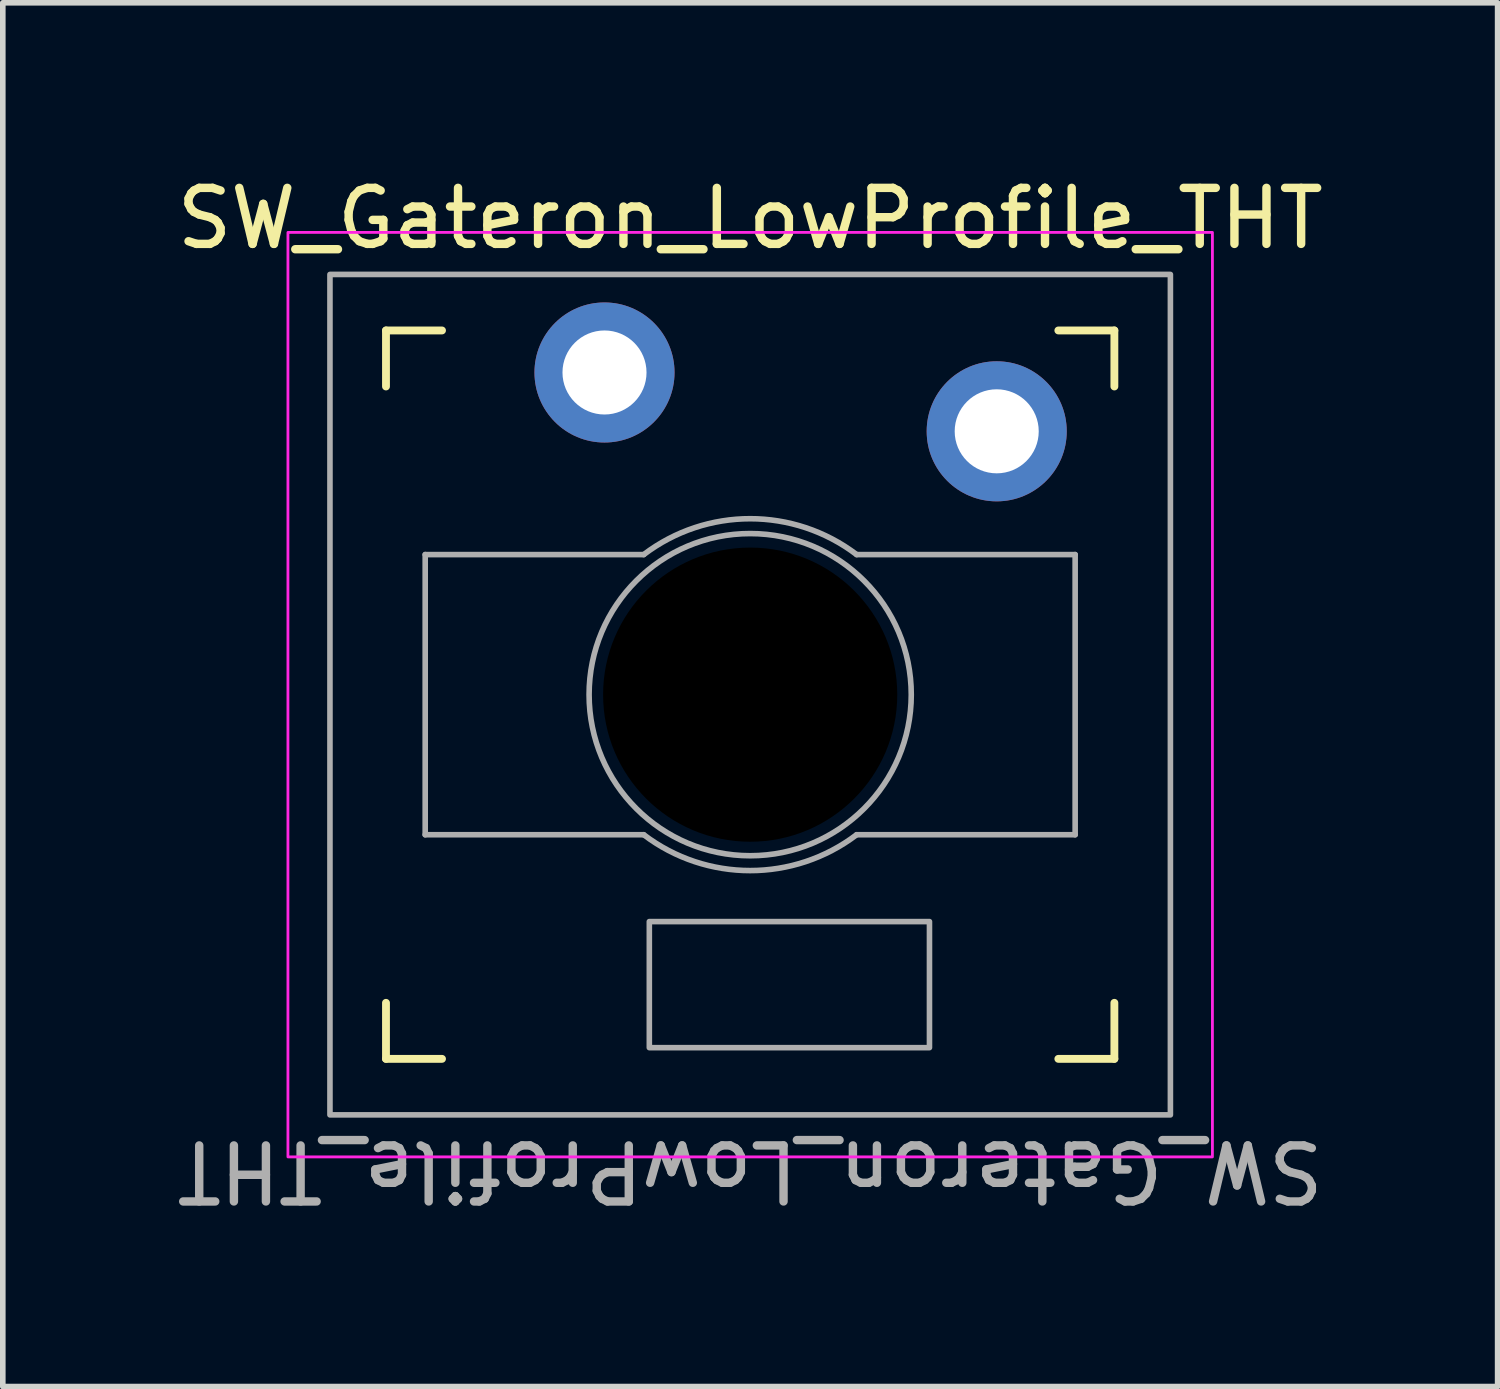
<source format=kicad_pcb>
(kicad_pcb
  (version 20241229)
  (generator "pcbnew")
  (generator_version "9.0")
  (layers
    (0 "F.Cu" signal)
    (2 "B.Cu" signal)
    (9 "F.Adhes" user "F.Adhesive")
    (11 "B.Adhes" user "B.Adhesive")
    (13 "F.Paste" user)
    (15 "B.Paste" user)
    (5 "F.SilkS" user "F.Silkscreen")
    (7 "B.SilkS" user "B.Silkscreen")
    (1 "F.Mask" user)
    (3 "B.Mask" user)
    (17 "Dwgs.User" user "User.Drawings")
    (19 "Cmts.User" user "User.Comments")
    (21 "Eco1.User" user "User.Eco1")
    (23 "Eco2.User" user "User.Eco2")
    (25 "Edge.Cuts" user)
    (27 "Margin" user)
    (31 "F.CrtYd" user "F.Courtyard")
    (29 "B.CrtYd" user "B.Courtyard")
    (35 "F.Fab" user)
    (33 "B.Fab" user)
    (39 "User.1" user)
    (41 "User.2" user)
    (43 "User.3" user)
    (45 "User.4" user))
  (footprint "SW_Gateron_LowProfile_THT"
    (layer "F.Cu")
    (at 10.339 9.348)
    (property "Reference" "SW_Gateron_LowProfile_THT" (at 0 -8.5 0) (unlocked yes) (layer "F.SilkS") (effects (font (size 1 1) (thickness 0.15))))
    (attr through_hole)
    (fp_line (start -6.5 -5.5) (end -6.5 -6.5) (stroke (width 0.14) (type solid)) (layer "F.SilkS"))
    (fp_line (start -6.5 6.5) (end -6.5 5.5) (stroke (width 0.14) (type solid)) (layer "F.SilkS"))
    (fp_line (start -6.5 6.5) (end -5.5 6.5) (stroke (width 0.14) (type solid)) (layer "F.SilkS"))
    (fp_line (start -5.5 -6.5) (end -6.5 -6.5) (stroke (width 0.14) (type solid)) (layer "F.SilkS"))
    (fp_line (start 5.5 6.5) (end 6.5 6.5) (stroke (width 0.14) (type solid)) (layer "F.SilkS"))
    (fp_line (start 6.5 -6.5) (end 5.5 -6.5) (stroke (width 0.14) (type solid)) (layer "F.SilkS"))
    (fp_line (start 6.5 -6.5) (end 6.5 -5.5) (stroke (width 0.14) (type solid)) (layer "F.SilkS"))
    (fp_line (start 6.5 5.5) (end 6.5 6.5) (stroke (width 0.14) (type solid)) (layer "F.SilkS"))
    (fp_rect (start -8.25 -8.25) (end 8.25 8.25) (stroke (width 0.05) (type solid)) (fill no) (layer "F.CrtYd"))
    (fp_line (start -5.8 -2.5) (end -1.9 -2.5) (stroke (width 0.1) (type default)) (layer "F.Fab"))
    (fp_line (start -5.8 2.5) (end -5.8 -2.5) (stroke (width 0.1) (type default)) (layer "F.Fab"))
    (fp_line (start -1.9 2.5) (end -5.8 2.5) (stroke (width 0.1) (type default)) (layer "F.Fab"))
    (fp_line (start 1.9 -2.5) (end 5.8 -2.5) (stroke (width 0.1) (type default)) (layer "F.Fab"))
    (fp_line (start 5.8 -2.5) (end 5.8 2.5) (stroke (width 0.1) (type default)) (layer "F.Fab"))
    (fp_line (start 5.8 2.5) (end 1.9 2.5) (stroke (width 0.1) (type default)) (layer "F.Fab"))
    (fp_rect (start -7.5 -7.5) (end 7.5 7.5) (stroke (width 0.1) (type solid)) (fill no) (layer "F.Fab"))
    (fp_rect (start -1.8 4.05) (end 3.2 6.3) (stroke (width 0.1) (type default)) (fill no) (layer "F.Fab"))
    (fp_arc (start -1.9 -2.499999) (mid 0 -3.140063) (end 1.9 -2.499999) (stroke (width 0.1) (type default)) (layer "F.Fab"))
    (fp_arc (start 1.9 2.499999) (mid 0 3.140063) (end -1.9 2.499999) (stroke (width 0.1) (type default)) (layer "F.Fab"))
    (fp_circle (center 0 0) (end -2.875 0) (stroke (width 0.1) (type default)) (fill no) (layer "F.Fab"))
    (fp_poly (pts (xy 2.05 0.64) (xy 0.6 0.64) (xy 0.6 2) (xy -0.5 2) (xy -0.5 0.64) (xy -1.95 0.64) (xy -1.95 -0.64) (xy -0.5 -0.64) (xy -0.5 -2) (xy 0.6 -2) (xy 0.6 -0.64) (xy 2.05 -0.64)) (stroke (width 0.1) (type solid)) (fill no) (layer "F.Fab"))
    (fp_text user "${REFERENCE}" (at 0 8.5 180) (unlocked yes) (layer "F.Fab") (effects (font (size 1 1) (thickness 0.15))))
    (pad "" np_thru_hole circle (at 0 0) (size 5.25 5.25) (drill 5.25) (layers "*.Mask"))
    (pad "1" thru_hole circle (at -2.6 -5.75) (size 2.5 2.5) (drill 1.5) (layers "*.Cu" "B.Mask"))
    (pad "2" thru_hole circle (at 4.4 -4.7) (size 2.5 2.5) (drill 1.5) (layers "*.Cu" "B.Mask")))
  (gr_rect
    (start -3 -3)
    (end 23.679 21.697)
    (stroke (width 0.1) (type default))
    (fill no)
    (layer "Edge.Cuts")))
</source>
